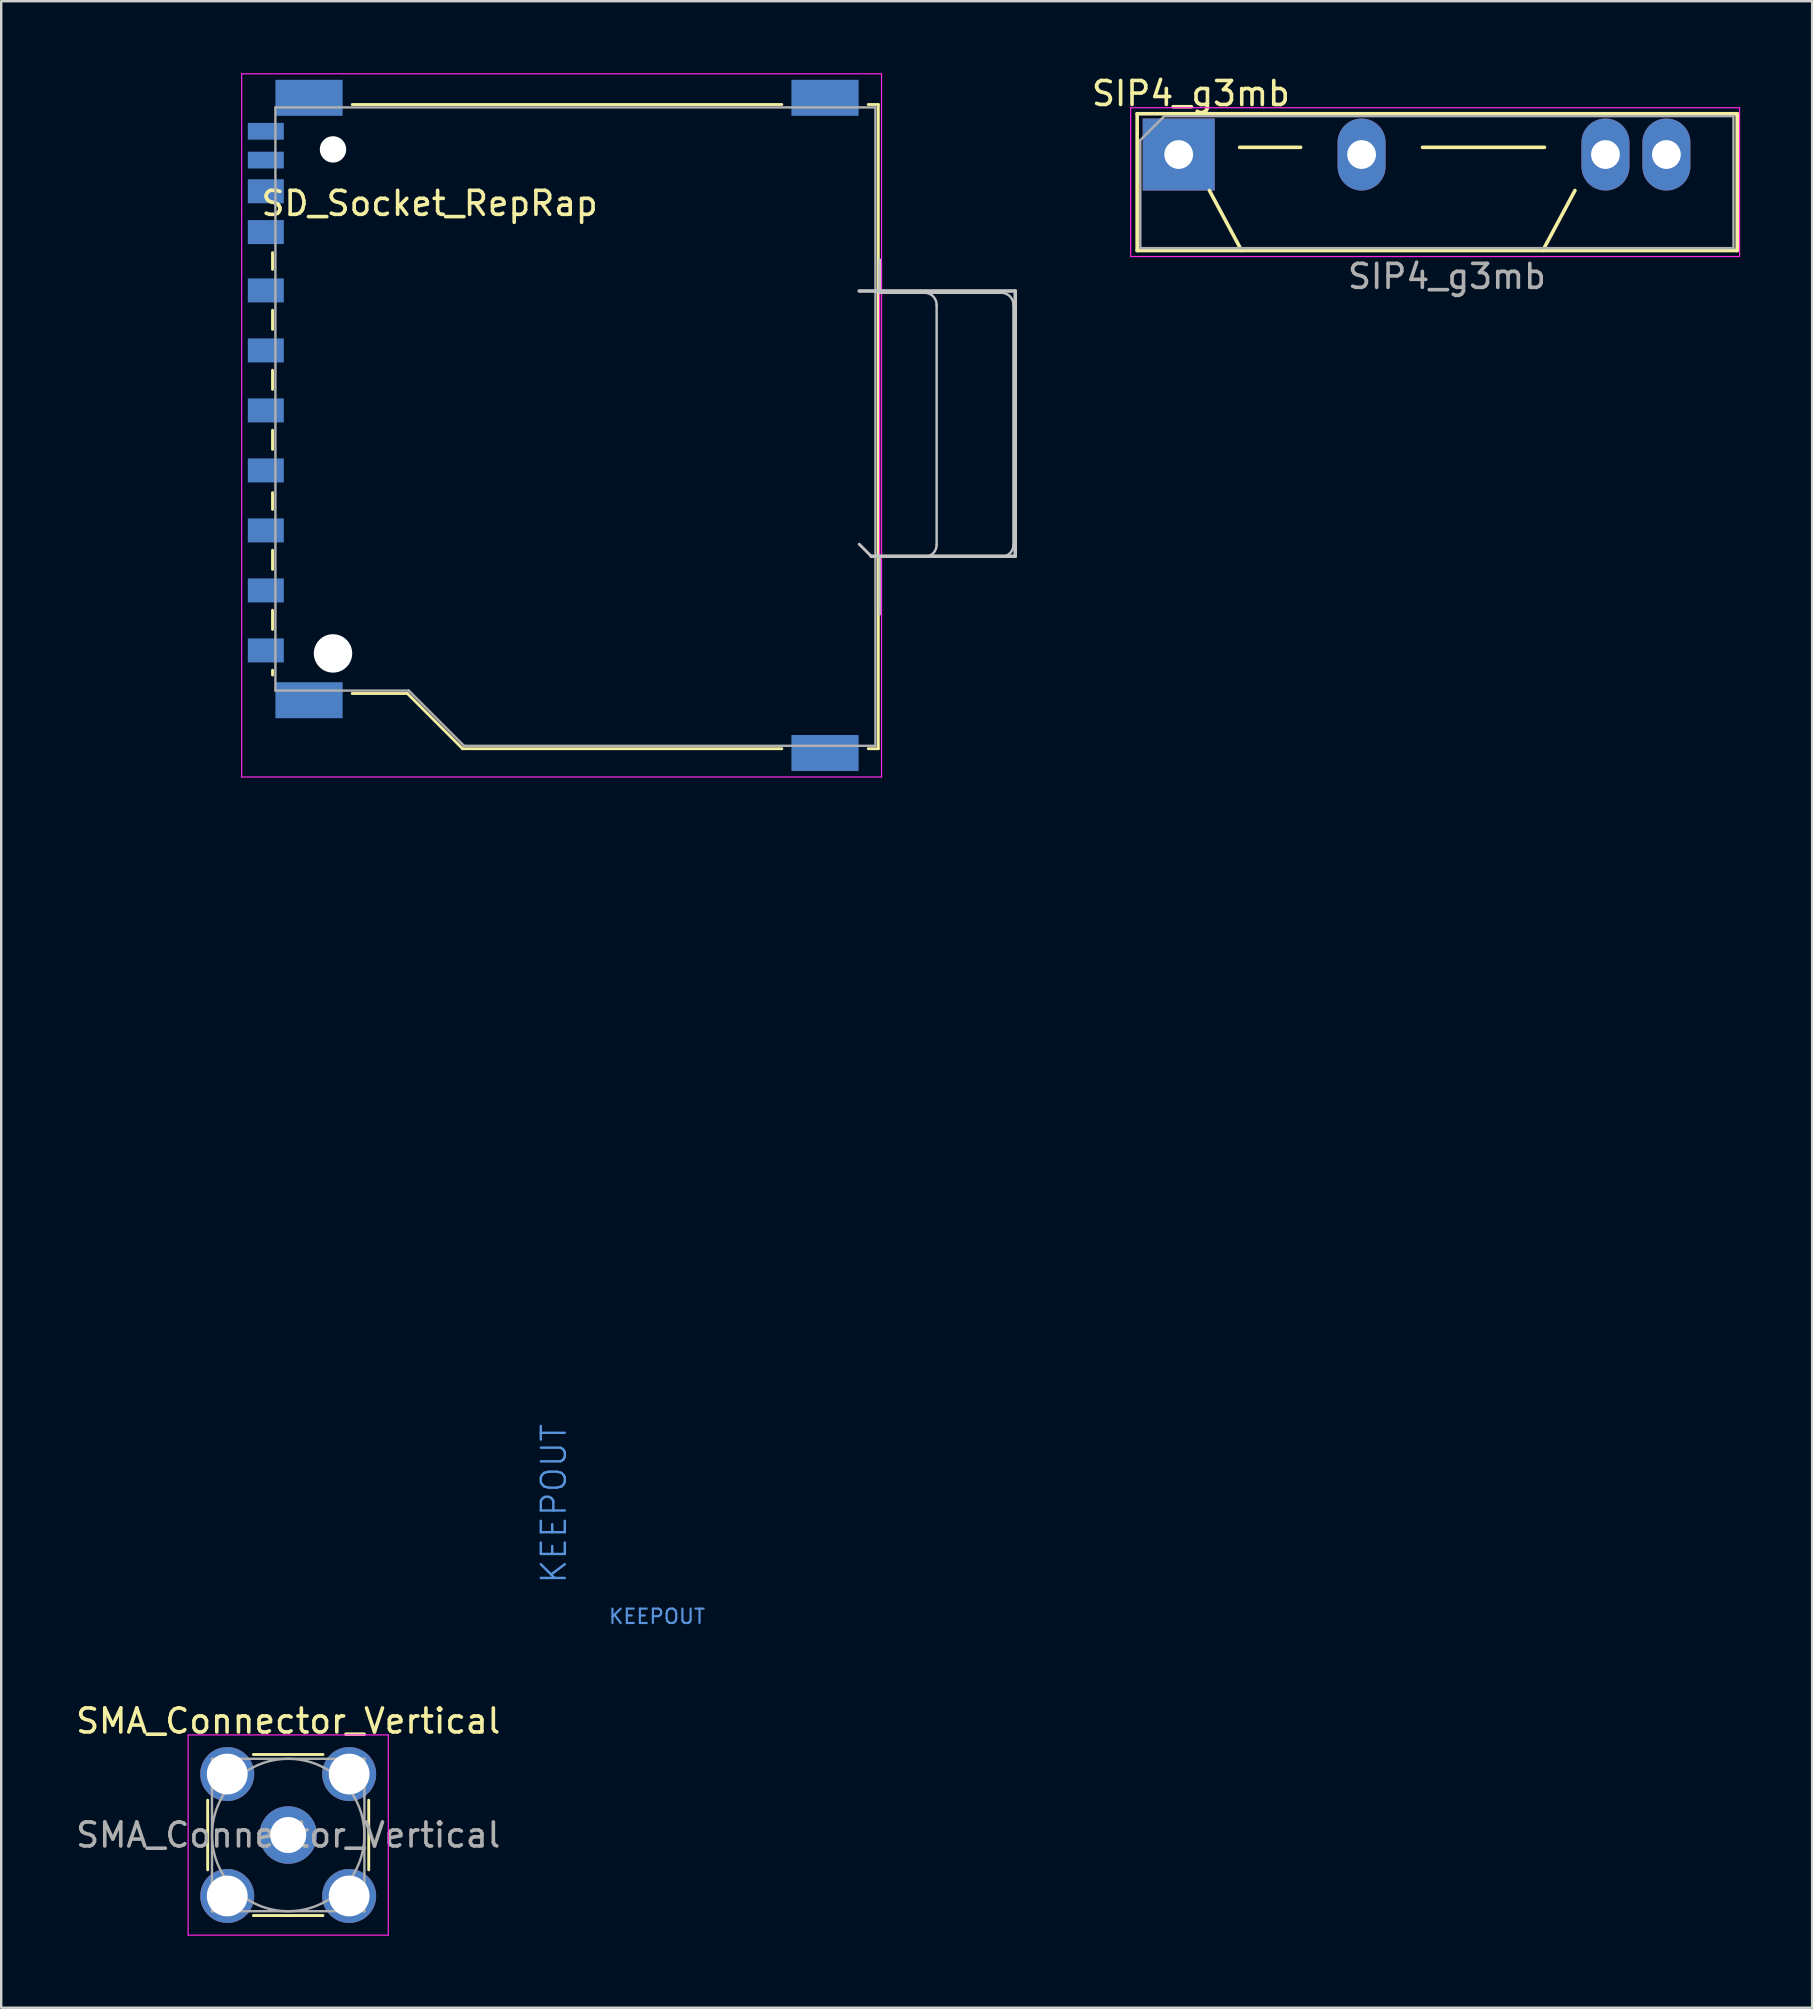
<source format=kicad_pcb>
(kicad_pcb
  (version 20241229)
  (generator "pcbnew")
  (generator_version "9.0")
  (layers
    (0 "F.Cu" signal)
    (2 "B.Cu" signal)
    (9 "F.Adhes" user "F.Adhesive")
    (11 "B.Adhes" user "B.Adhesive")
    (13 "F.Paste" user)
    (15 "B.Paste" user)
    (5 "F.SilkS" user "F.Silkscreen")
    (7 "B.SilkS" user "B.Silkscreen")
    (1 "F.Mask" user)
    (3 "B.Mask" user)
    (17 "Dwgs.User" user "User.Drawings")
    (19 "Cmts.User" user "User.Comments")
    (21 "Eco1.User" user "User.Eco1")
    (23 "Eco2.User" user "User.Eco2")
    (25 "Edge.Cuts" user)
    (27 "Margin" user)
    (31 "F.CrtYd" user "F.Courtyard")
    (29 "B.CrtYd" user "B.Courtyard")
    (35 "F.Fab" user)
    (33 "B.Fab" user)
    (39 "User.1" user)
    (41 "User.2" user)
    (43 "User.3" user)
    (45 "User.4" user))
  (footprint "SD_Socket_RepRap"
    (layer "F.Cu")
    (at 0.25 17.425)
    (property "Reference" "SD_Socket_RepRap" (at 14.6 -12 0) (layer "F.SilkS") (effects (font (size 1 1) (thickness 0.15))))
    (attr through_hole)
    (fp_line (start 8.055 -9.95) (end 8.055 -9.25) (stroke (width 0.12) (type solid)) (layer "F.SilkS"))
    (fp_line (start 8.055 -7.55) (end 8.055 -6.75) (stroke (width 0.12) (type solid)) (layer "F.SilkS"))
    (fp_line (start 8.055 -5.05) (end 8.055 -4.25) (stroke (width 0.12) (type solid)) (layer "F.SilkS"))
    (fp_line (start 8.055 -2.55) (end 8.055 -1.75) (stroke (width 0.12) (type solid)) (layer "F.SilkS"))
    (fp_line (start 8.055 0.05) (end 8.055 0.75) (stroke (width 0.12) (type solid)) (layer "F.SilkS"))
    (fp_line (start 8.055 2.45) (end 8.055 3.25) (stroke (width 0.12) (type solid)) (layer "F.SilkS"))
    (fp_line (start 8.055 4.95) (end 8.055 5.75) (stroke (width 0.12) (type solid)) (layer "F.SilkS"))
    (fp_line (start 8.055 7.45) (end 8.055 7.65) (stroke (width 0.12) (type solid)) (layer "F.SilkS"))
    (fp_line (start 11.375 -16.12) (end 29.275 -16.12) (stroke (width 0.12) (type solid)) (layer "F.SilkS"))
    (fp_line (start 11.375 8.42) (end 13.675 8.42) (stroke (width 0.12) (type solid)) (layer "F.SilkS"))
    (fp_line (start 13.675 8.42) (end 15.975 10.72) (stroke (width 0.12) (type solid)) (layer "F.SilkS"))
    (fp_line (start 15.975 10.72) (end 29.275 10.72) (stroke (width 0.12) (type solid)) (layer "F.SilkS"))
    (fp_line (start 32.875 -16.12) (end 33.295 -16.12) (stroke (width 0.12) (type solid)) (layer "F.SilkS"))
    (fp_line (start 33.295 -16.12) (end 33.295 10.72) (stroke (width 0.12) (type solid)) (layer "F.SilkS"))
    (fp_line (start 33.295 10.72) (end 32.875 10.72) (stroke (width 0.12) (type solid)) (layer "F.SilkS"))
    (fp_line (start 32.5 -8.35) (end 39 -8.35) (stroke (width 0.15) (type solid)) (layer "Dwgs.User"))
    (fp_line (start 33 2.7) (end 32.5 2.2) (stroke (width 0.12) (type solid)) (layer "Dwgs.User"))
    (fp_line (start 33.35 -8.275) (end 33.35 -9.65) (stroke (width 0.12) (type solid)) (layer "Dwgs.User"))
    (fp_line (start 33.35 -8.275) (end 38.425 -8.275) (stroke (width 0.1) (type solid)) (layer "Dwgs.User"))
    (fp_line (start 33.35 2.725) (end 33.35 5.125) (stroke (width 0.1) (type solid)) (layer "Dwgs.User"))
    (fp_line (start 35.725 -7.775) (end 35.725 2.225) (stroke (width 0.1) (type solid)) (layer "Dwgs.User"))
    (fp_line (start 38.425 2.725) (end 33.35 2.725) (stroke (width 0.1) (type solid)) (layer "Dwgs.User"))
    (fp_line (start 38.925 -7.775) (end 38.925 2.225) (stroke (width 0.1) (type solid)) (layer "Dwgs.User"))
    (fp_line (start 39 -8.35) (end 39 2.7) (stroke (width 0.15) (type solid)) (layer "Dwgs.User"))
    (fp_line (start 39 2.7) (end 33 2.7) (stroke (width 0.15) (type solid)) (layer "Dwgs.User"))
    (fp_arc (start 35.225 -8.275) (mid 35.578553 -8.128553) (end 35.725 -7.775) (stroke (width 0.1) (type solid)) (layer "Dwgs.User"))
    (fp_arc (start 35.725 2.225) (mid 35.578553 2.578553) (end 35.225 2.725) (stroke (width 0.1) (type solid)) (layer "Dwgs.User"))
    (fp_arc (start 38.425 -8.275) (mid 38.778553 -8.128553) (end 38.925 -7.775) (stroke (width 0.1) (type solid)) (layer "Dwgs.User"))
    (fp_arc (start 38.925 2.225) (mid 38.778553 2.578553) (end 38.425 2.725) (stroke (width 0.1) (type solid)) (layer "Dwgs.User"))
    (fp_line (start 6.77 -17.4) (end 6.77 11.9) (stroke (width 0.05) (type solid)) (layer "F.CrtYd"))
    (fp_line (start 6.77 -17.4) (end 33.43 -17.4) (stroke (width 0.05) (type solid)) (layer "F.CrtYd"))
    (fp_line (start 33.35 5.15) (end 33.35 -9.62) (stroke (width 0.05) (type solid)) (layer "F.CrtYd"))
    (fp_line (start 33.43 11.9) (end 6.77 11.9) (stroke (width 0.05) (type solid)) (layer "F.CrtYd"))
    (fp_line (start 33.43 11.9) (end 33.43 -17.4) (stroke (width 0.05) (type solid)) (layer "F.CrtYd"))
    (fp_line (start 8.175 -16) (end 33.175 -16) (stroke (width 0.1) (type solid)) (layer "F.Fab"))
    (fp_line (start 8.175 8.3) (end 8.175 -16) (stroke (width 0.1) (type solid)) (layer "F.Fab"))
    (fp_line (start 13.735 8.3) (end 8.175 8.3) (stroke (width 0.1) (type solid)) (layer "F.Fab"))
    (fp_line (start 16.035 10.6) (end 13.735 8.3) (stroke (width 0.1) (type solid)) (layer "F.Fab"))
    (fp_line (start 33.175 -16) (end 33.175 10.6) (stroke (width 0.1) (type solid)) (layer "F.Fab"))
    (fp_line (start 33.175 10.6) (end 16.035 10.6) (stroke (width 0.1) (type solid)) (layer "F.Fab"))
    (fp_text user "KEEPOUT" (at 19.775 42.175 90) (layer "Cmts.User") (effects (font (size 1 1) (thickness 0.1))))
    (fp_text user "KEEPOUT" (at 24.075 46.875 180) (layer "Cmts.User") (effects (font (size 0.6 0.6) (thickness 0.09))))
    (pad "" np_thru_hole circle (at 10.575 -14.25 90) (size 1.1 1.1) (drill 1.1) (layers "*.Cu" "*.Mask"))
    (pad "" np_thru_hole circle (at 10.575 6.75 90) (size 1.6 1.6) (drill 1.6) (layers "*.Cu" "*.Mask"))
    (pad "1" smd rect (at 7.775 -8.375 90) (size 1 1.5) (layers "B.Cu" "B.Mask" "B.Paste"))
    (pad "1" smd rect (at 7.775 -0.875 90) (size 1 1.5) (layers "B.Cu" "B.Mask" "B.Paste"))
    (pad "2" smd rect (at 7.775 -10.805 90) (size 1 1.5) (layers "B.Cu" "B.Mask" "B.Paste"))
    (pad "3" smd rect (at 7.775 -5.875 90) (size 1 1.5) (layers "B.Cu" "B.Mask" "B.Paste"))
    (pad "4" smd rect (at 7.775 1.625 90) (size 1 1.5) (layers "B.Cu" "B.Mask" "B.Paste"))
    (pad "5" smd rect (at 7.775 4.125 90) (size 1 1.5) (layers "B.Cu" "B.Mask" "B.Paste"))
    (pad "6" smd rect (at 7.775 -3.375 90) (size 1 1.5) (layers "B.Cu" "B.Mask" "B.Paste"))
    (pad "7" smd rect (at 7.775 -15.005 90) (size 0.7 1.5) (layers "B.Cu" "B.Mask" "B.Paste"))
    (pad "7" smd rect (at 9.575 -16.4 90) (size 1.5 2.8) (layers "B.Cu" "B.Mask" "B.Paste"))
    (pad "7" smd rect (at 9.575 8.7 90) (size 1.5 2.8) (layers "B.Cu" "B.Mask" "B.Paste"))
    (pad "7" smd rect (at 31.075 -16.4 90) (size 1.5 2.8) (layers "B.Cu" "B.Mask" "B.Paste"))
    (pad "7" smd rect (at 31.075 10.9 90) (size 1.5 2.8) (layers "B.Cu" "B.Mask" "B.Paste"))
    (pad "8" smd rect (at 7.775 6.625 90) (size 1 1.5) (layers "B.Cu" "B.Mask" "B.Paste"))
    (pad "9" smd rect (at 7.775 -12.505 90) (size 1 1.5) (layers "B.Cu" "B.Mask" "B.Paste"))
    (pad "10" smd rect (at 7.775 -13.805 90) (size 0.7 1.5) (layers "B.Cu" "B.Mask" "B.Paste")))
  (footprint "SIP4_g3mb"
    (layer "F.Cu")
    (at 46.061 3.388)
    (property "Reference" "SIP4_g3mb" (at 0.508 -2.54 0) (layer "F.SilkS") (effects (font (size 1 1) (thickness 0.15))))
    (attr through_hole)
    (fp_line (start -1.73 -1.7) (end 23.27 -1.7) (stroke (width 0.15) (type solid)) (layer "F.SilkS"))
    (fp_line (start -1.73 4) (end -1.73 -1.7) (stroke (width 0.15) (type solid)) (layer "F.SilkS"))
    (fp_line (start 2.54 -0.3) (end 5.08 -0.3) (stroke (width 0.15) (type solid)) (layer "F.SilkS"))
    (fp_line (start 2.62 4) (end 1.28 1.5) (stroke (width 0.15) (type solid)) (layer "F.SilkS"))
    (fp_line (start 10.16 -0.3) (end 15.24 -0.3) (stroke (width 0.15) (type solid)) (layer "F.SilkS"))
    (fp_line (start 15.17 4) (end 16.51 1.5) (stroke (width 0.15) (type solid)) (layer "F.SilkS"))
    (fp_line (start 23.27 -1.7) (end 23.27 4) (stroke (width 0.15) (type solid)) (layer "F.SilkS"))
    (fp_line (start 23.27 4) (end -1.73 4) (stroke (width 0.15) (type solid)) (layer "F.SilkS"))
    (fp_line (start -2 -1.95) (end 23.368 -1.95) (stroke (width 0.05) (type solid)) (layer "F.CrtYd"))
    (fp_line (start -2 4.25) (end -2 -1.95) (stroke (width 0.05) (type solid)) (layer "F.CrtYd"))
    (fp_line (start 23.368 -1.95) (end 23.368 4.25) (stroke (width 0.05) (type solid)) (layer "F.CrtYd"))
    (fp_line (start 23.368 4.25) (end -2 4.25) (stroke (width 0.05) (type solid)) (layer "F.CrtYd"))
    (fp_line (start -1.6 -0.6) (end -1.6 3.9) (stroke (width 0.1) (type solid)) (layer "F.Fab"))
    (fp_line (start -1.6 3.9) (end 23.114 3.9) (stroke (width 0.1) (type solid)) (layer "F.Fab"))
    (fp_line (start -0.6 -1.6) (end -1.6 -0.6) (stroke (width 0.1) (type solid)) (layer "F.Fab"))
    (fp_line (start 23.114 -1.6) (end -0.6 -1.6) (stroke (width 0.1) (type solid)) (layer "F.Fab"))
    (fp_line (start 23.114 3.9) (end 23.114 -1.6) (stroke (width 0.1) (type solid)) (layer "F.Fab"))
    (fp_text user "${REFERENCE}" (at 11.176 5.08 0) (layer "F.Fab") (effects (font (size 1 1) (thickness 0.15))))
    (pad "1" thru_hole rect (at 0 0) (size 3 3) (drill 1.2) (layers "*.Cu" "*.Mask"))
    (pad "2" thru_hole oval (at 7.62 0) (size 2 3) (drill 1.2) (layers "*.Cu" "*.Mask"))
    (pad "3" thru_hole oval (at 17.78 0) (size 2 3) (drill 1.2) (layers "*.Cu" "*.Mask"))
    (pad "4" thru_hole oval (at 20.32 0) (size 2 3) (drill 1.2) (layers "*.Cu" "*.Mask")))
  (footprint "SMA_Connector_Vertical"
    (layer "F.Cu")
    (at 8.958 73.407)
    (property "Reference" "SMA_Connector_Vertical" (at 0 -4.75 0) (layer "F.SilkS") (effects (font (size 1 1) (thickness 0.15))))
    (attr through_hole)
    (fp_line (start -3.355 -1.45) (end -3.355 1.45) (stroke (width 0.12) (type solid)) (layer "F.SilkS"))
    (fp_line (start -1.45 -3.355) (end 1.45 -3.355) (stroke (width 0.12) (type solid)) (layer "F.SilkS"))
    (fp_line (start -1.45 3.355) (end 1.45 3.355) (stroke (width 0.12) (type solid)) (layer "F.SilkS"))
    (fp_line (start 3.355 -1.45) (end 3.355 1.45) (stroke (width 0.12) (type solid)) (layer "F.SilkS"))
    (fp_line (start -4.17 -4.17) (end -4.17 4.17) (stroke (width 0.05) (type solid)) (layer "F.CrtYd"))
    (fp_line (start -4.17 -4.17) (end 4.17 -4.17) (stroke (width 0.05) (type solid)) (layer "F.CrtYd"))
    (fp_line (start 4.17 4.17) (end -4.17 4.17) (stroke (width 0.05) (type solid)) (layer "F.CrtYd"))
    (fp_line (start 4.17 4.17) (end 4.17 -4.17) (stroke (width 0.05) (type solid)) (layer "F.CrtYd"))
    (fp_line (start -3.175 -3.175) (end -3.175 3.175) (stroke (width 0.1) (type solid)) (layer "F.Fab"))
    (fp_line (start -3.175 -3.175) (end 3.175 -3.175) (stroke (width 0.1) (type solid)) (layer "F.Fab"))
    (fp_line (start -3.175 3.175) (end 3.175 3.175) (stroke (width 0.1) (type solid)) (layer "F.Fab"))
    (fp_line (start 3.175 -3.175) (end 3.175 3.175) (stroke (width 0.1) (type solid)) (layer "F.Fab"))
    (fp_circle (center 0 0) (end 3.175 0) (stroke (width 0.1) (type solid)) (fill no) (layer "F.Fab"))
    (fp_text user "${REFERENCE}" (at 0 0 0) (layer "F.Fab") (effects (font (size 1 1) (thickness 0.15))))
    (pad "1" thru_hole circle (at 0 0) (size 2.4 2.4) (drill 1.5) (layers "*.Cu" "*.Mask"))
    (pad "2" thru_hole circle (at -2.54 -2.54) (size 2.25 2.25) (drill 1.7) (layers "*.Cu" "*.Mask"))
    (pad "2" thru_hole circle (at -2.54 2.54) (size 2.25 2.25) (drill 1.7) (layers "*.Cu" "*.Mask"))
    (pad "2" thru_hole circle (at 2.54 -2.54) (size 2.25 2.25) (drill 1.7) (layers "*.Cu" "*.Mask"))
    (pad "2" thru_hole circle (at 2.54 2.54) (size 2.25 2.25) (drill 1.7) (layers "*.Cu" "*.Mask")))
  (gr_rect
    (start -3 -3)
    (end 72.454 80.602)
    (stroke (width 0.1) (type default))
    (fill no)
    (layer "Edge.Cuts")))
</source>
